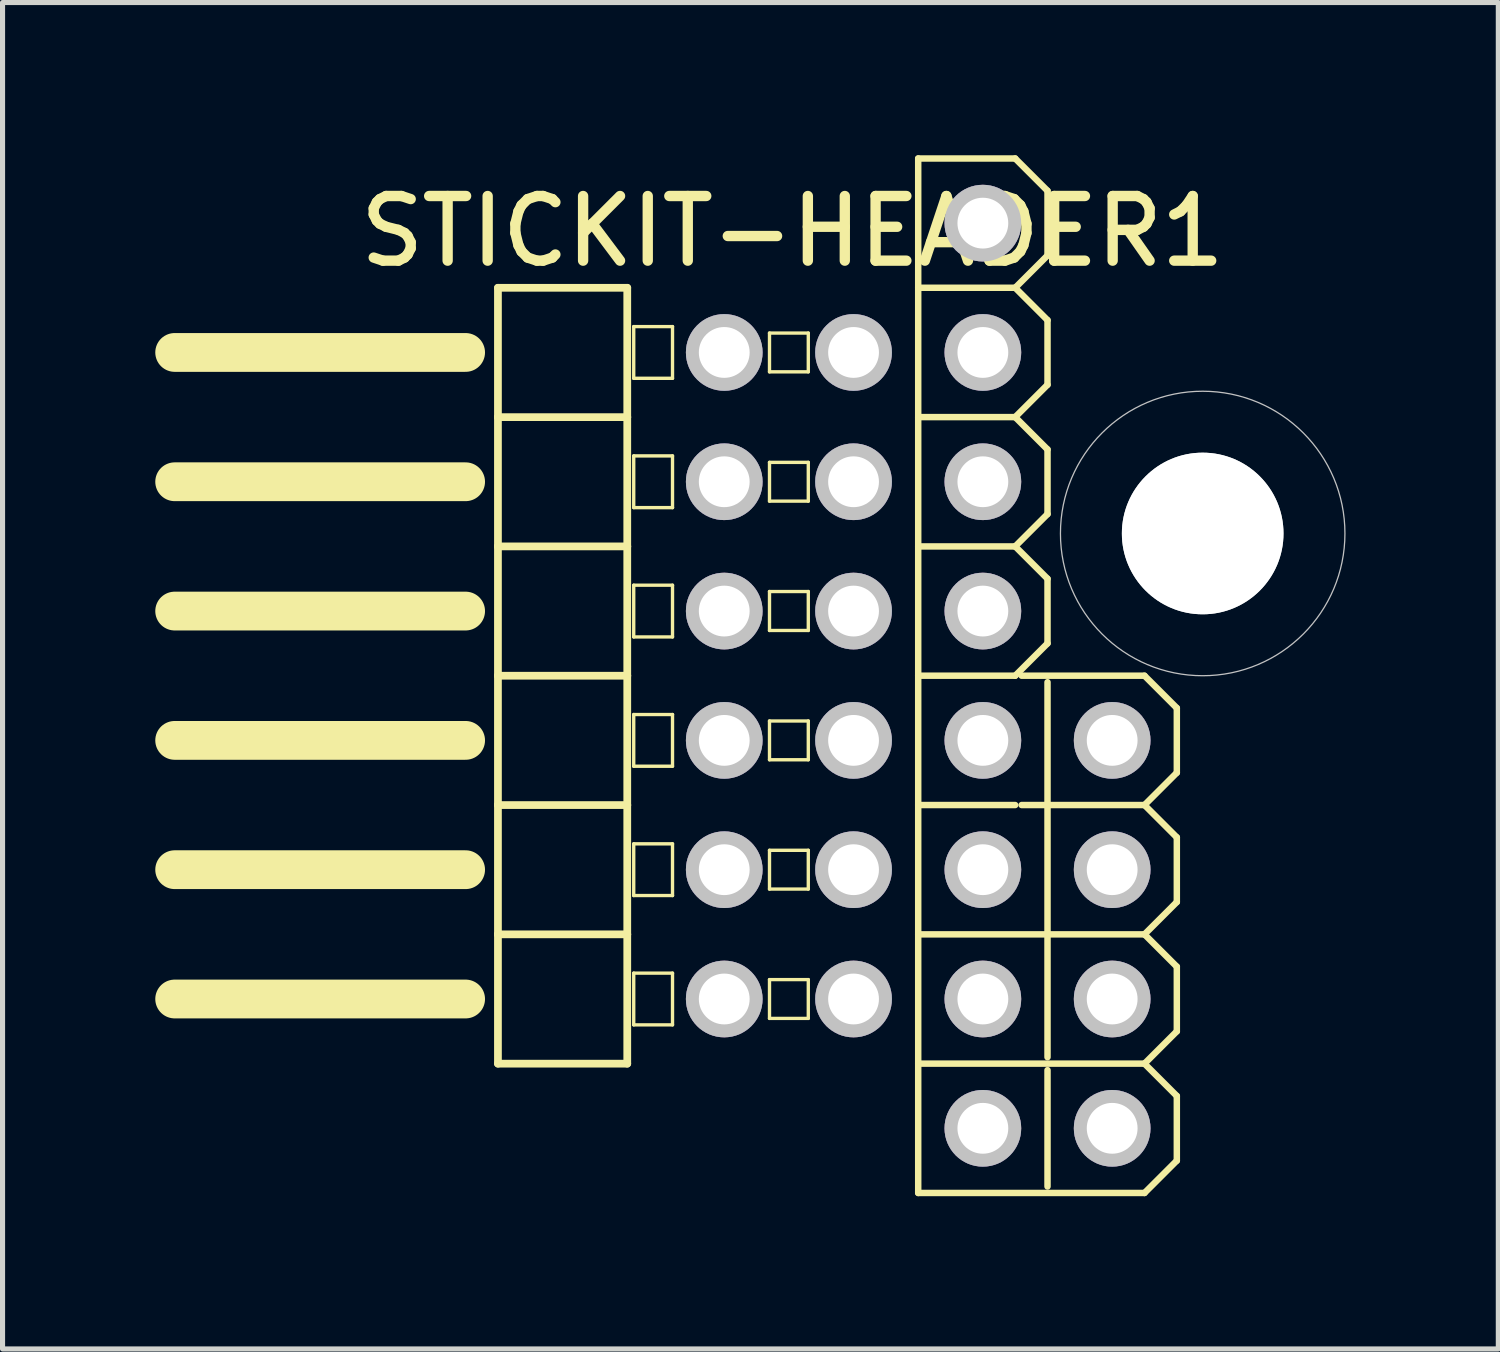
<source format=kicad_pcb>
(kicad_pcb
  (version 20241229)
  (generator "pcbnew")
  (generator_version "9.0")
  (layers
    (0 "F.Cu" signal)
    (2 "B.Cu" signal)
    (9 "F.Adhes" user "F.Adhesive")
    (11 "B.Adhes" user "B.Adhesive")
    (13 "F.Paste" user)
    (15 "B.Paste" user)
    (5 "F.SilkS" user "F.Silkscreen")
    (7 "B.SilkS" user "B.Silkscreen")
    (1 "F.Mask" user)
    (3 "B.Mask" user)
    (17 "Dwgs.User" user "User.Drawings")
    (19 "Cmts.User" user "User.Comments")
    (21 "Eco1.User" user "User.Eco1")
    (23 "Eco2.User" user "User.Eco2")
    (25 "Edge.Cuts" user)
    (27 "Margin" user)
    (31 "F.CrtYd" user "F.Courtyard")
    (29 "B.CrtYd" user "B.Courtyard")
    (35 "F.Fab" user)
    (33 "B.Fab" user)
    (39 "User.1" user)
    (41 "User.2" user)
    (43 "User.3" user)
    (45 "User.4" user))
  (footprint "STICKIT-HEADER1"
    (layer "F.Cu")
    (at 13.716 1.333)
    (property "Reference" "STICKIT-HEADER1" (at -1.2 0.16 0) (layer "F.SilkS") (effects (font (size 1.27 1.27) (thickness 0.203))))
    (attr exclude_from_pos_files exclude_from_bom)
    (fp_line (start -13.335 2.54) (end -7.62 2.54) (stroke (width 0.762) (type solid)) (layer "F.SilkS"))
    (fp_line (start -13.335 5.08) (end -7.62 5.08) (stroke (width 0.762) (type solid)) (layer "F.SilkS"))
    (fp_line (start -13.335 7.62) (end -7.62 7.62) (stroke (width 0.762) (type solid)) (layer "F.SilkS"))
    (fp_line (start -13.335 10.16) (end -7.62 10.16) (stroke (width 0.762) (type solid)) (layer "F.SilkS"))
    (fp_line (start -13.335 12.7) (end -7.62 12.7) (stroke (width 0.762) (type solid)) (layer "F.SilkS"))
    (fp_line (start -13.335 15.24) (end -7.62 15.24) (stroke (width 0.762) (type solid)) (layer "F.SilkS"))
    (fp_line (start -7.62 2.794) (end -7.62 2.286) (stroke (width 0.066) (type solid)) (layer "F.SilkS"))
    (fp_line (start -7.62 5.334) (end -7.62 4.826) (stroke (width 0.066) (type solid)) (layer "F.SilkS"))
    (fp_line (start -7.62 7.874) (end -7.62 7.366) (stroke (width 0.066) (type solid)) (layer "F.SilkS"))
    (fp_line (start -7.62 10.414) (end -7.62 9.906) (stroke (width 0.066) (type solid)) (layer "F.SilkS"))
    (fp_line (start -7.62 12.954) (end -7.62 12.446) (stroke (width 0.066) (type solid)) (layer "F.SilkS"))
    (fp_line (start -7.62 15.494) (end -7.62 14.986) (stroke (width 0.066) (type solid)) (layer "F.SilkS"))
    (fp_line (start -6.985 1.27) (end -6.985 3.81) (stroke (width 0.152) (type solid)) (layer "F.SilkS"))
    (fp_line (start -6.985 3.81) (end -6.985 6.35) (stroke (width 0.152) (type solid)) (layer "F.SilkS"))
    (fp_line (start -6.985 6.35) (end -6.985 8.89) (stroke (width 0.152) (type solid)) (layer "F.SilkS"))
    (fp_line (start -6.985 8.89) (end -6.985 11.43) (stroke (width 0.152) (type solid)) (layer "F.SilkS"))
    (fp_line (start -6.985 11.43) (end -6.985 13.97) (stroke (width 0.152) (type solid)) (layer "F.SilkS"))
    (fp_line (start -6.985 13.97) (end -6.985 16.51) (stroke (width 0.152) (type solid)) (layer "F.SilkS"))
    (fp_line (start -6.985 16.51) (end -4.445 16.51) (stroke (width 0.152) (type solid)) (layer "F.SilkS"))
    (fp_line (start -4.445 1.27) (end -6.985 1.27) (stroke (width 0.152) (type solid)) (layer "F.SilkS"))
    (fp_line (start -4.445 3.81) (end -6.985 3.81) (stroke (width 0.152) (type solid)) (layer "F.SilkS"))
    (fp_line (start -4.445 3.81) (end -4.445 1.27) (stroke (width 0.152) (type solid)) (layer "F.SilkS"))
    (fp_line (start -4.445 6.35) (end -6.985 6.35) (stroke (width 0.152) (type solid)) (layer "F.SilkS"))
    (fp_line (start -4.445 6.35) (end -4.445 3.81) (stroke (width 0.152) (type solid)) (layer "F.SilkS"))
    (fp_line (start -4.445 8.89) (end -6.985 8.89) (stroke (width 0.152) (type solid)) (layer "F.SilkS"))
    (fp_line (start -4.445 8.89) (end -4.445 6.35) (stroke (width 0.152) (type solid)) (layer "F.SilkS"))
    (fp_line (start -4.445 11.43) (end -6.985 11.43) (stroke (width 0.152) (type solid)) (layer "F.SilkS"))
    (fp_line (start -4.445 11.43) (end -4.445 8.89) (stroke (width 0.152) (type solid)) (layer "F.SilkS"))
    (fp_line (start -4.445 13.97) (end -6.985 13.97) (stroke (width 0.152) (type solid)) (layer "F.SilkS"))
    (fp_line (start -4.445 13.97) (end -4.445 11.43) (stroke (width 0.152) (type solid)) (layer "F.SilkS"))
    (fp_line (start -4.445 16.51) (end -4.445 13.97) (stroke (width 0.152) (type solid)) (layer "F.SilkS"))
    (fp_line (start -4.318 2.032) (end -3.556 2.032) (stroke (width 0.066) (type solid)) (layer "F.SilkS"))
    (fp_line (start -4.318 3.048) (end -4.318 2.032) (stroke (width 0.066) (type solid)) (layer "F.SilkS"))
    (fp_line (start -4.318 3.048) (end -3.556 3.048) (stroke (width 0.066) (type solid)) (layer "F.SilkS"))
    (fp_line (start -4.318 4.572) (end -3.556 4.572) (stroke (width 0.066) (type solid)) (layer "F.SilkS"))
    (fp_line (start -4.318 5.588) (end -4.318 4.572) (stroke (width 0.066) (type solid)) (layer "F.SilkS"))
    (fp_line (start -4.318 5.588) (end -3.556 5.588) (stroke (width 0.066) (type solid)) (layer "F.SilkS"))
    (fp_line (start -4.318 7.112) (end -3.556 7.112) (stroke (width 0.066) (type solid)) (layer "F.SilkS"))
    (fp_line (start -4.318 8.128) (end -4.318 7.112) (stroke (width 0.066) (type solid)) (layer "F.SilkS"))
    (fp_line (start -4.318 8.128) (end -3.556 8.128) (stroke (width 0.066) (type solid)) (layer "F.SilkS"))
    (fp_line (start -4.318 9.652) (end -3.556 9.652) (stroke (width 0.066) (type solid)) (layer "F.SilkS"))
    (fp_line (start -4.318 10.668) (end -4.318 9.652) (stroke (width 0.066) (type solid)) (layer "F.SilkS"))
    (fp_line (start -4.318 10.668) (end -3.556 10.668) (stroke (width 0.066) (type solid)) (layer "F.SilkS"))
    (fp_line (start -4.318 12.192) (end -3.556 12.192) (stroke (width 0.066) (type solid)) (layer "F.SilkS"))
    (fp_line (start -4.318 13.208) (end -4.318 12.192) (stroke (width 0.066) (type solid)) (layer "F.SilkS"))
    (fp_line (start -4.318 13.208) (end -3.556 13.208) (stroke (width 0.066) (type solid)) (layer "F.SilkS"))
    (fp_line (start -4.318 14.732) (end -3.556 14.732) (stroke (width 0.066) (type solid)) (layer "F.SilkS"))
    (fp_line (start -4.318 15.748) (end -4.318 14.732) (stroke (width 0.066) (type solid)) (layer "F.SilkS"))
    (fp_line (start -4.318 15.748) (end -3.556 15.748) (stroke (width 0.066) (type solid)) (layer "F.SilkS"))
    (fp_line (start -3.556 3.048) (end -3.556 2.032) (stroke (width 0.066) (type solid)) (layer "F.SilkS"))
    (fp_line (start -3.556 5.588) (end -3.556 4.572) (stroke (width 0.066) (type solid)) (layer "F.SilkS"))
    (fp_line (start -3.556 8.128) (end -3.556 7.112) (stroke (width 0.066) (type solid)) (layer "F.SilkS"))
    (fp_line (start -3.556 10.668) (end -3.556 9.652) (stroke (width 0.066) (type solid)) (layer "F.SilkS"))
    (fp_line (start -3.556 13.208) (end -3.556 12.192) (stroke (width 0.066) (type solid)) (layer "F.SilkS"))
    (fp_line (start -3.556 15.748) (end -3.556 14.732) (stroke (width 0.066) (type solid)) (layer "F.SilkS"))
    (fp_line (start -1.651 2.159) (end -0.889 2.159) (stroke (width 0.066) (type solid)) (layer "F.SilkS"))
    (fp_line (start -1.651 2.921) (end -1.651 2.159) (stroke (width 0.066) (type solid)) (layer "F.SilkS"))
    (fp_line (start -1.651 2.921) (end -0.889 2.921) (stroke (width 0.066) (type solid)) (layer "F.SilkS"))
    (fp_line (start -1.651 4.699) (end -0.889 4.699) (stroke (width 0.066) (type solid)) (layer "F.SilkS"))
    (fp_line (start -1.651 5.461) (end -1.651 4.699) (stroke (width 0.066) (type solid)) (layer "F.SilkS"))
    (fp_line (start -1.651 5.461) (end -0.889 5.461) (stroke (width 0.066) (type solid)) (layer "F.SilkS"))
    (fp_line (start -1.651 7.236) (end -0.889 7.236) (stroke (width 0.066) (type solid)) (layer "F.SilkS"))
    (fp_line (start -1.651 8.001) (end -1.651 7.236) (stroke (width 0.066) (type solid)) (layer "F.SilkS"))
    (fp_line (start -1.651 8.001) (end -0.889 8.001) (stroke (width 0.066) (type solid)) (layer "F.SilkS"))
    (fp_line (start -1.651 9.779) (end -0.889 9.779) (stroke (width 0.066) (type solid)) (layer "F.SilkS"))
    (fp_line (start -1.651 10.541) (end -1.651 9.779) (stroke (width 0.066) (type solid)) (layer "F.SilkS"))
    (fp_line (start -1.651 10.541) (end -0.889 10.541) (stroke (width 0.066) (type solid)) (layer "F.SilkS"))
    (fp_line (start -1.651 12.319) (end -0.889 12.319) (stroke (width 0.066) (type solid)) (layer "F.SilkS"))
    (fp_line (start -1.651 13.081) (end -1.651 12.319) (stroke (width 0.066) (type solid)) (layer "F.SilkS"))
    (fp_line (start -1.651 13.081) (end -0.889 13.081) (stroke (width 0.066) (type solid)) (layer "F.SilkS"))
    (fp_line (start -1.651 14.859) (end -0.889 14.859) (stroke (width 0.066) (type solid)) (layer "F.SilkS"))
    (fp_line (start -1.651 15.621) (end -1.651 14.859) (stroke (width 0.066) (type solid)) (layer "F.SilkS"))
    (fp_line (start -1.651 15.621) (end -0.889 15.621) (stroke (width 0.066) (type solid)) (layer "F.SilkS"))
    (fp_line (start -0.889 2.921) (end -0.889 2.159) (stroke (width 0.066) (type solid)) (layer "F.SilkS"))
    (fp_line (start -0.889 5.461) (end -0.889 4.699) (stroke (width 0.066) (type solid)) (layer "F.SilkS"))
    (fp_line (start -0.889 8.001) (end -0.889 7.236) (stroke (width 0.066) (type solid)) (layer "F.SilkS"))
    (fp_line (start -0.889 10.541) (end -0.889 9.779) (stroke (width 0.066) (type solid)) (layer "F.SilkS"))
    (fp_line (start -0.889 13.081) (end -0.889 12.319) (stroke (width 0.066) (type solid)) (layer "F.SilkS"))
    (fp_line (start -0.889 15.621) (end -0.889 14.859) (stroke (width 0.066) (type solid)) (layer "F.SilkS"))
    (fp_line (start 1.27 -1.27) (end 1.27 1.27) (stroke (width 0.127) (type solid)) (layer "F.SilkS"))
    (fp_line (start 1.27 1.27) (end 1.27 3.81) (stroke (width 0.127) (type solid)) (layer "F.SilkS"))
    (fp_line (start 1.27 3.81) (end 1.27 6.35) (stroke (width 0.127) (type solid)) (layer "F.SilkS"))
    (fp_line (start 1.27 6.35) (end 1.27 8.89) (stroke (width 0.127) (type solid)) (layer "F.SilkS"))
    (fp_line (start 1.27 8.89) (end 1.27 11.43) (stroke (width 0.127) (type solid)) (layer "F.SilkS"))
    (fp_line (start 1.27 11.43) (end 1.27 13.97) (stroke (width 0.127) (type solid)) (layer "F.SilkS"))
    (fp_line (start 1.27 13.97) (end 1.27 16.51) (stroke (width 0.127) (type solid)) (layer "F.SilkS"))
    (fp_line (start 1.27 16.51) (end 1.27 19.05) (stroke (width 0.127) (type solid)) (layer "F.SilkS"))
    (fp_line (start 2.286 -0.254) (end 2.794 -0.254) (stroke (width 0.066) (type solid)) (layer "F.SilkS"))
    (fp_line (start 2.286 0.254) (end 2.286 -0.254) (stroke (width 0.066) (type solid)) (layer "F.SilkS"))
    (fp_line (start 2.286 0.254) (end 2.794 0.254) (stroke (width 0.066) (type solid)) (layer "F.SilkS"))
    (fp_line (start 2.286 2.286) (end 2.794 2.286) (stroke (width 0.066) (type solid)) (layer "F.SilkS"))
    (fp_line (start 2.286 2.794) (end 2.286 2.286) (stroke (width 0.066) (type solid)) (layer "F.SilkS"))
    (fp_line (start 2.286 2.794) (end 2.794 2.794) (stroke (width 0.066) (type solid)) (layer "F.SilkS"))
    (fp_line (start 2.286 4.826) (end 2.794 4.826) (stroke (width 0.066) (type solid)) (layer "F.SilkS"))
    (fp_line (start 2.286 5.334) (end 2.286 4.826) (stroke (width 0.066) (type solid)) (layer "F.SilkS"))
    (fp_line (start 2.286 5.334) (end 2.794 5.334) (stroke (width 0.066) (type solid)) (layer "F.SilkS"))
    (fp_line (start 2.286 7.366) (end 2.794 7.366) (stroke (width 0.066) (type solid)) (layer "F.SilkS"))
    (fp_line (start 2.286 7.874) (end 2.286 7.366) (stroke (width 0.066) (type solid)) (layer "F.SilkS"))
    (fp_line (start 2.286 7.874) (end 2.794 7.874) (stroke (width 0.066) (type solid)) (layer "F.SilkS"))
    (fp_line (start 2.286 9.906) (end 2.794 9.906) (stroke (width 0.066) (type solid)) (layer "F.SilkS"))
    (fp_line (start 2.286 10.414) (end 2.286 9.906) (stroke (width 0.066) (type solid)) (layer "F.SilkS"))
    (fp_line (start 2.286 10.414) (end 2.794 10.414) (stroke (width 0.066) (type solid)) (layer "F.SilkS"))
    (fp_line (start 2.286 12.446) (end 2.794 12.446) (stroke (width 0.066) (type solid)) (layer "F.SilkS"))
    (fp_line (start 2.286 12.954) (end 2.286 12.446) (stroke (width 0.066) (type solid)) (layer "F.SilkS"))
    (fp_line (start 2.286 12.954) (end 2.794 12.954) (stroke (width 0.066) (type solid)) (layer "F.SilkS"))
    (fp_line (start 2.286 14.986) (end 2.794 14.986) (stroke (width 0.066) (type solid)) (layer "F.SilkS"))
    (fp_line (start 2.286 15.494) (end 2.286 14.986) (stroke (width 0.066) (type solid)) (layer "F.SilkS"))
    (fp_line (start 2.286 15.494) (end 2.794 15.494) (stroke (width 0.066) (type solid)) (layer "F.SilkS"))
    (fp_line (start 2.286 17.523) (end 2.794 17.523) (stroke (width 0.066) (type solid)) (layer "F.SilkS"))
    (fp_line (start 2.286 18.034) (end 2.286 17.523) (stroke (width 0.066) (type solid)) (layer "F.SilkS"))
    (fp_line (start 2.286 18.034) (end 2.794 18.034) (stroke (width 0.066) (type solid)) (layer "F.SilkS"))
    (fp_line (start 2.794 0.254) (end 2.794 -0.254) (stroke (width 0.066) (type solid)) (layer "F.SilkS"))
    (fp_line (start 2.794 2.794) (end 2.794 2.286) (stroke (width 0.066) (type solid)) (layer "F.SilkS"))
    (fp_line (start 2.794 5.334) (end 2.794 4.826) (stroke (width 0.066) (type solid)) (layer "F.SilkS"))
    (fp_line (start 2.794 7.874) (end 2.794 7.366) (stroke (width 0.066) (type solid)) (layer "F.SilkS"))
    (fp_line (start 2.794 10.414) (end 2.794 9.906) (stroke (width 0.066) (type solid)) (layer "F.SilkS"))
    (fp_line (start 2.794 12.954) (end 2.794 12.446) (stroke (width 0.066) (type solid)) (layer "F.SilkS"))
    (fp_line (start 2.794 15.494) (end 2.794 14.986) (stroke (width 0.066) (type solid)) (layer "F.SilkS"))
    (fp_line (start 2.794 18.034) (end 2.794 17.523) (stroke (width 0.066) (type solid)) (layer "F.SilkS"))
    (fp_line (start 3.175 -1.27) (end 1.27 -1.27) (stroke (width 0.127) (type solid)) (layer "F.SilkS"))
    (fp_line (start 3.175 -1.27) (end 3.81 -0.635) (stroke (width 0.127) (type solid)) (layer "F.SilkS"))
    (fp_line (start 3.175 1.27) (end 1.27 1.27) (stroke (width 0.127) (type solid)) (layer "F.SilkS"))
    (fp_line (start 3.175 1.27) (end 3.81 1.905) (stroke (width 0.127) (type solid)) (layer "F.SilkS"))
    (fp_line (start 3.175 3.81) (end 1.27 3.81) (stroke (width 0.127) (type solid)) (layer "F.SilkS"))
    (fp_line (start 3.175 6.35) (end 1.27 6.35) (stroke (width 0.127) (type solid)) (layer "F.SilkS"))
    (fp_line (start 3.175 6.35) (end 3.81 6.985) (stroke (width 0.127) (type solid)) (layer "F.SilkS"))
    (fp_line (start 3.175 8.89) (end 1.27 8.89) (stroke (width 0.127) (type solid)) (layer "F.SilkS"))
    (fp_line (start 3.175 11.43) (end 1.27 11.43) (stroke (width 0.127) (type solid)) (layer "F.SilkS"))
    (fp_line (start 3.81 -0.635) (end 3.81 0.635) (stroke (width 0.127) (type solid)) (layer "F.SilkS"))
    (fp_line (start 3.81 0.635) (end 3.175 1.27) (stroke (width 0.127) (type solid)) (layer "F.SilkS"))
    (fp_line (start 3.81 1.905) (end 3.81 3.175) (stroke (width 0.127) (type solid)) (layer "F.SilkS"))
    (fp_line (start 3.81 3.175) (end 3.175 3.81) (stroke (width 0.127) (type solid)) (layer "F.SilkS"))
    (fp_line (start 3.81 4.445) (end 3.175 3.81) (stroke (width 0.127) (type solid)) (layer "F.SilkS"))
    (fp_line (start 3.81 4.445) (end 3.81 5.715) (stroke (width 0.127) (type solid)) (layer "F.SilkS"))
    (fp_line (start 3.81 5.715) (end 3.175 6.35) (stroke (width 0.127) (type solid)) (layer "F.SilkS"))
    (fp_line (start 3.81 6.985) (end 3.81 8.255) (stroke (width 0.127) (type solid)) (layer "F.SilkS"))
    (fp_line (start 3.81 8.255) (end 3.175 8.89) (stroke (width 0.127) (type solid)) (layer "F.SilkS"))
    (fp_line (start 3.81 9.017) (end 3.81 16.383) (stroke (width 0.127) (type solid)) (layer "F.SilkS"))
    (fp_line (start 3.81 16.637) (end 3.81 18.923) (stroke (width 0.127) (type solid)) (layer "F.SilkS"))
    (fp_line (start 4.826 9.906) (end 5.334 9.906) (stroke (width 0.066) (type solid)) (layer "F.SilkS"))
    (fp_line (start 4.826 10.414) (end 4.826 9.906) (stroke (width 0.066) (type solid)) (layer "F.SilkS"))
    (fp_line (start 4.826 10.414) (end 5.334 10.414) (stroke (width 0.066) (type solid)) (layer "F.SilkS"))
    (fp_line (start 4.826 12.446) (end 5.334 12.446) (stroke (width 0.066) (type solid)) (layer "F.SilkS"))
    (fp_line (start 4.826 12.954) (end 4.826 12.446) (stroke (width 0.066) (type solid)) (layer "F.SilkS"))
    (fp_line (start 4.826 12.954) (end 5.334 12.954) (stroke (width 0.066) (type solid)) (layer "F.SilkS"))
    (fp_line (start 4.826 14.986) (end 5.334 14.986) (stroke (width 0.066) (type solid)) (layer "F.SilkS"))
    (fp_line (start 4.826 15.494) (end 4.826 14.986) (stroke (width 0.066) (type solid)) (layer "F.SilkS"))
    (fp_line (start 4.826 15.494) (end 5.334 15.494) (stroke (width 0.066) (type solid)) (layer "F.SilkS"))
    (fp_line (start 4.826 17.523) (end 5.334 17.523) (stroke (width 0.066) (type solid)) (layer "F.SilkS"))
    (fp_line (start 4.826 18.034) (end 4.826 17.523) (stroke (width 0.066) (type solid)) (layer "F.SilkS"))
    (fp_line (start 4.826 18.034) (end 5.334 18.034) (stroke (width 0.066) (type solid)) (layer "F.SilkS"))
    (fp_line (start 5.334 10.414) (end 5.334 9.906) (stroke (width 0.066) (type solid)) (layer "F.SilkS"))
    (fp_line (start 5.334 12.954) (end 5.334 12.446) (stroke (width 0.066) (type solid)) (layer "F.SilkS"))
    (fp_line (start 5.334 15.494) (end 5.334 14.986) (stroke (width 0.066) (type solid)) (layer "F.SilkS"))
    (fp_line (start 5.334 18.034) (end 5.334 17.523) (stroke (width 0.066) (type solid)) (layer "F.SilkS"))
    (fp_line (start 5.715 8.89) (end 3.302 8.89) (stroke (width 0.127) (type solid)) (layer "F.SilkS"))
    (fp_line (start 5.715 8.89) (end 6.35 9.525) (stroke (width 0.127) (type solid)) (layer "F.SilkS"))
    (fp_line (start 5.715 11.43) (end 3.302 11.43) (stroke (width 0.127) (type solid)) (layer "F.SilkS"))
    (fp_line (start 5.715 13.97) (end 1.27 13.97) (stroke (width 0.127) (type solid)) (layer "F.SilkS"))
    (fp_line (start 5.715 13.97) (end 6.35 14.605) (stroke (width 0.127) (type solid)) (layer "F.SilkS"))
    (fp_line (start 5.715 16.51) (end 1.27 16.51) (stroke (width 0.127) (type solid)) (layer "F.SilkS"))
    (fp_line (start 5.715 16.51) (end 6.35 17.145) (stroke (width 0.127) (type solid)) (layer "F.SilkS"))
    (fp_line (start 5.715 19.05) (end 1.27 19.05) (stroke (width 0.127) (type solid)) (layer "F.SilkS"))
    (fp_line (start 6.35 9.525) (end 6.35 10.795) (stroke (width 0.127) (type solid)) (layer "F.SilkS"))
    (fp_line (start 6.35 10.795) (end 5.715 11.43) (stroke (width 0.127) (type solid)) (layer "F.SilkS"))
    (fp_line (start 6.35 12.065) (end 5.715 11.43) (stroke (width 0.127) (type solid)) (layer "F.SilkS"))
    (fp_line (start 6.35 12.065) (end 6.35 13.335) (stroke (width 0.127) (type solid)) (layer "F.SilkS"))
    (fp_line (start 6.35 13.335) (end 5.715 13.97) (stroke (width 0.127) (type solid)) (layer "F.SilkS"))
    (fp_line (start 6.35 14.605) (end 6.35 15.875) (stroke (width 0.127) (type solid)) (layer "F.SilkS"))
    (fp_line (start 6.35 15.875) (end 5.715 16.51) (stroke (width 0.127) (type solid)) (layer "F.SilkS"))
    (fp_line (start 6.35 17.145) (end 6.35 18.415) (stroke (width 0.127) (type solid)) (layer "F.SilkS"))
    (fp_line (start 6.35 18.415) (end 5.715 19.05) (stroke (width 0.127) (type solid)) (layer "F.SilkS"))
    (fp_circle (center 6.858 6.096) (end 9.652 6.096) (stroke (width 0.025) (type solid)) (fill no) (layer "Dwgs.User"))
    (pad "" np_thru_hole circle (at 6.858 6.096) (size 3.175 3.175) (drill 3.175) (layers "*.Cu" "*.Mask" "Dwgs.User"))
    (pad "+2V5" thru_hole circle (at 5.08 15.24) (size 1.506 1.506) (drill 0.998) (layers "*.Cu" "*.Mask" "Dwgs.User"))
    (pad "+3V3" thru_hole circle (at 5.08 12.7) (size 1.506 1.506) (drill 0.998) (layers "*.Cu" "*.Mask" "Dwgs.User"))
    (pad "+5V0" thru_hole circle (at 5.08 10.16) (size 1.506 1.506) (drill 0.998) (layers "*.Cu" "*.Mask" "Dwgs.User"))
    (pad "AGND" thru_hole circle (at 0 12.7) (size 1.506 1.506) (drill 0.998) (layers "*.Cu" "*.Mask" "Dwgs.User"))
    (pad "AIO1" thru_hole circle (at 0 2.54) (size 1.506 1.506) (drill 0.998) (layers "*.Cu" "*.Mask" "Dwgs.User"))
    (pad "AIO2" thru_hole circle (at 0 5.08) (size 1.506 1.506) (drill 0.998) (layers "*.Cu" "*.Mask" "Dwgs.User"))
    (pad "AIO3" thru_hole circle (at 0 7.62) (size 1.506 1.506) (drill 0.998) (layers "*.Cu" "*.Mask" "Dwgs.User"))
    (pad "AIO4" thru_hole circle (at 0 10.16) (size 1.506 1.506) (drill 0.998) (layers "*.Cu" "*.Mask" "Dwgs.User"))
    (pad "APWR" thru_hole circle (at 0 15.24) (size 1.506 1.506) (drill 0.998) (layers "*.Cu" "*.Mask" "Dwgs.User"))
    (pad "BGND" thru_hole circle (at -2.54 12.7) (size 1.506 1.506) (drill 0.998) (layers "*.Cu" "*.Mask" "Dwgs.User"))
    (pad "BIO1" thru_hole circle (at -2.54 2.54) (size 1.506 1.506) (drill 0.998) (layers "*.Cu" "*.Mask" "Dwgs.User"))
    (pad "BIO2" thru_hole circle (at -2.54 5.08) (size 1.506 1.506) (drill 0.998) (layers "*.Cu" "*.Mask" "Dwgs.User"))
    (pad "BIO3" thru_hole circle (at -2.54 7.62) (size 1.506 1.506) (drill 0.998) (layers "*.Cu" "*.Mask" "Dwgs.User"))
    (pad "BIO4" thru_hole circle (at -2.54 10.16) (size 1.506 1.506) (drill 0.998) (layers "*.Cu" "*.Mask" "Dwgs.User"))
    (pad "BPWR" thru_hole circle (at -2.54 15.24) (size 1.506 1.506) (drill 0.998) (layers "*.Cu" "*.Mask" "Dwgs.User"))
    (pad "CGND" thru_hole circle (at 5.08 17.78) (size 1.506 1.506) (drill 0.998) (layers "*.Cu" "*.Mask" "Dwgs.User"))
    (pad "CIO1" thru_hole circle (at 2.54 17.78) (size 1.506 1.506) (drill 0.998) (layers "*.Cu" "*.Mask" "Dwgs.User"))
    (pad "CIO2" thru_hole circle (at 2.54 15.24) (size 1.506 1.506) (drill 0.998) (layers "*.Cu" "*.Mask" "Dwgs.User"))
    (pad "CIO3" thru_hole circle (at 2.54 12.7) (size 1.506 1.506) (drill 0.998) (layers "*.Cu" "*.Mask" "Dwgs.User"))
    (pad "CIO4" thru_hole circle (at 2.54 10.16) (size 1.506 1.506) (drill 0.998) (layers "*.Cu" "*.Mask" "Dwgs.User"))
    (pad "CIO5" thru_hole circle (at 2.54 7.62) (size 1.506 1.506) (drill 0.998) (layers "*.Cu" "*.Mask" "Dwgs.User"))
    (pad "CIO6" thru_hole circle (at 2.54 5.08) (size 1.506 1.506) (drill 0.998) (layers "*.Cu" "*.Mask" "Dwgs.User"))
    (pad "CIO7" thru_hole circle (at 2.54 2.54) (size 1.506 1.506) (drill 0.998) (layers "*.Cu" "*.Mask" "Dwgs.User"))
    (pad "CIO8" thru_hole circle (at 2.54 0) (size 1.506 1.506) (drill 0.998) (layers "*.Cu" "*.Mask" "Dwgs.User")))
  (gr_rect
    (start -3 -3)
    (end 26.381 23.447)
    (stroke (width 0.1) (type default))
    (fill no)
    (layer "Edge.Cuts")))
</source>
